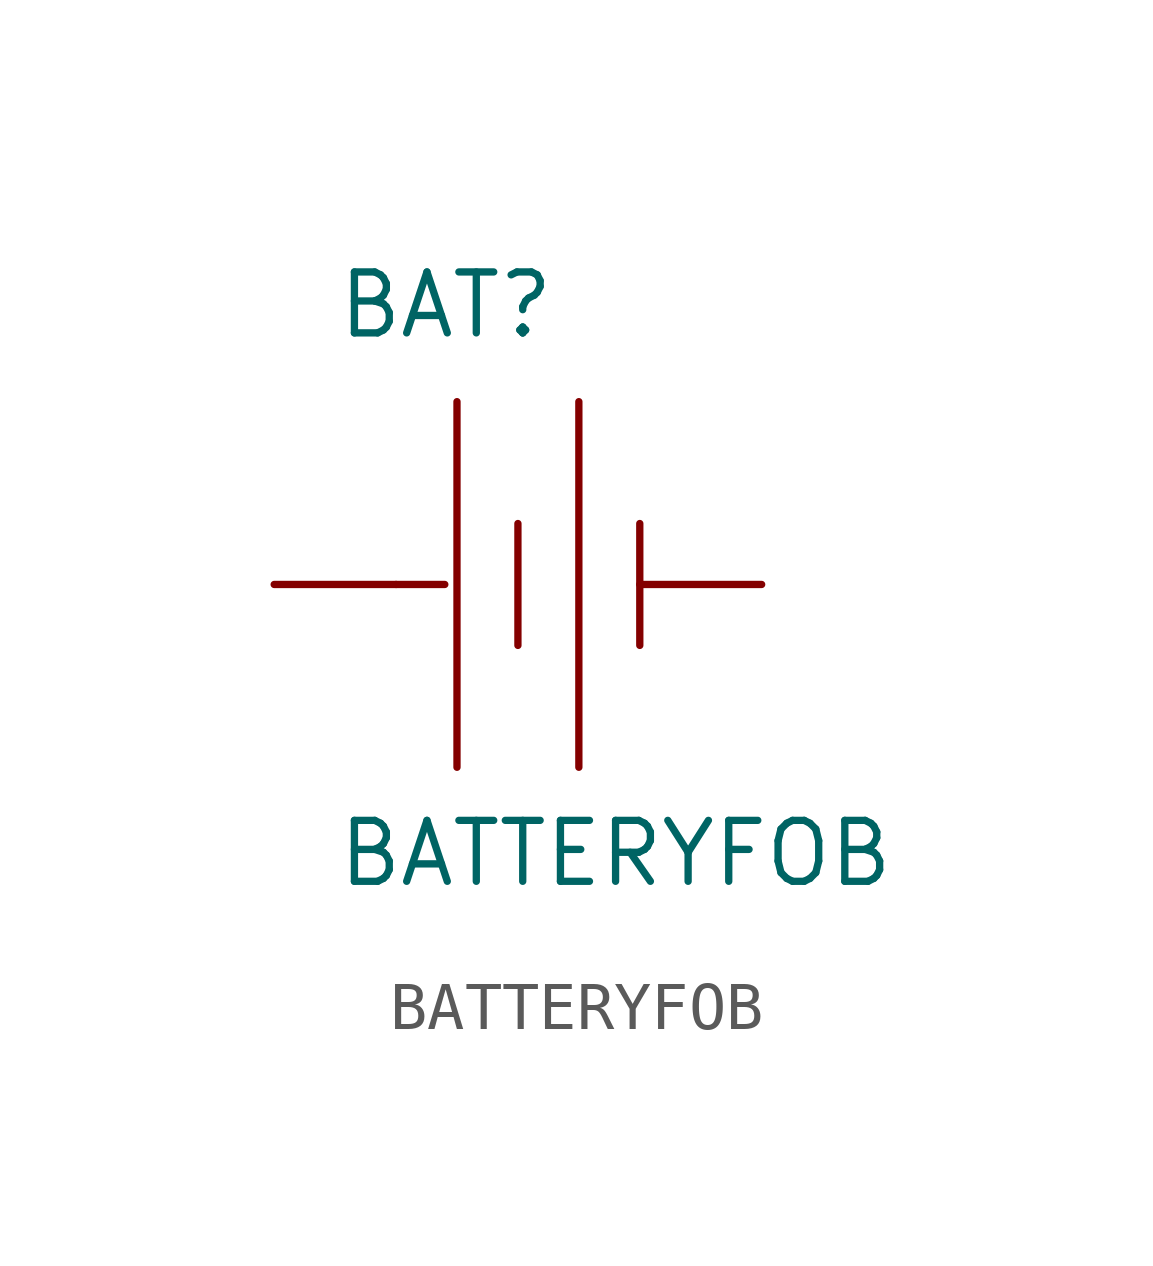
<source format=kicad_sym>
(kicad_symbol_lib
  (version 20211014)
  (generator kicad_symbol_editor)
  (symbol "BATTERYFOB"
    (pin_numbers hide)
    (pin_names
      (offset 1.016) hide)
    (property "Reference" "BAT"
      (at -3.81 5.08 0)
      (effects (font (size 1.27 1.27)) (justify left bottom)))
    (property "Value" "BATTERYFOB"
      (at -3.81 -6.35 0)
      (effects (font (size 1.27 1.27)) (justify left bottom)))
    (property "ki_locked" ""
      (at 0 0 0)
      (effects (font (size 1.27 1.27))))
    (symbol "BATTERYFOB_1_0"
      (polyline (pts (xy -2.54 0) (xy -1.524 0)) (stroke (width 0) (type default) (color 0 0 0 0)) (fill (type none)))
      (polyline (pts (xy -1.27 3.81) (xy -1.27 -3.81)) (stroke (width 0) (type default) (color 0 0 0 0)) (fill (type none)))
      (polyline (pts (xy 0 1.27) (xy 0 -1.27)) (stroke (width 0) (type default) (color 0 0 0 0)) (fill (type none)))
      (polyline (pts (xy 1.27 3.81) (xy 1.27 -3.81)) (stroke (width 0) (type default) (color 0 0 0 0)) (fill (type none)))
      (polyline (pts (xy 2.54 1.27) (xy 2.54 -1.27)) (stroke (width 0) (type default) (color 0 0 0 0)) (fill (type none))))
    (symbol "BATTERYFOB_1_1"
      (pin power_in line (at -5.08 0 0) (length 2.54) (name "+" (effects (font (size 1.016 1.016)))) (number "1" (effects (font (size 1.016 1.016)))))
      (pin power_in line (at 5.08 0 180) (length 2.54) (name "-" (effects (font (size 1.016 1.016)))) (number "2" (effects (font (size 1.016 1.016))))))))
</source>
